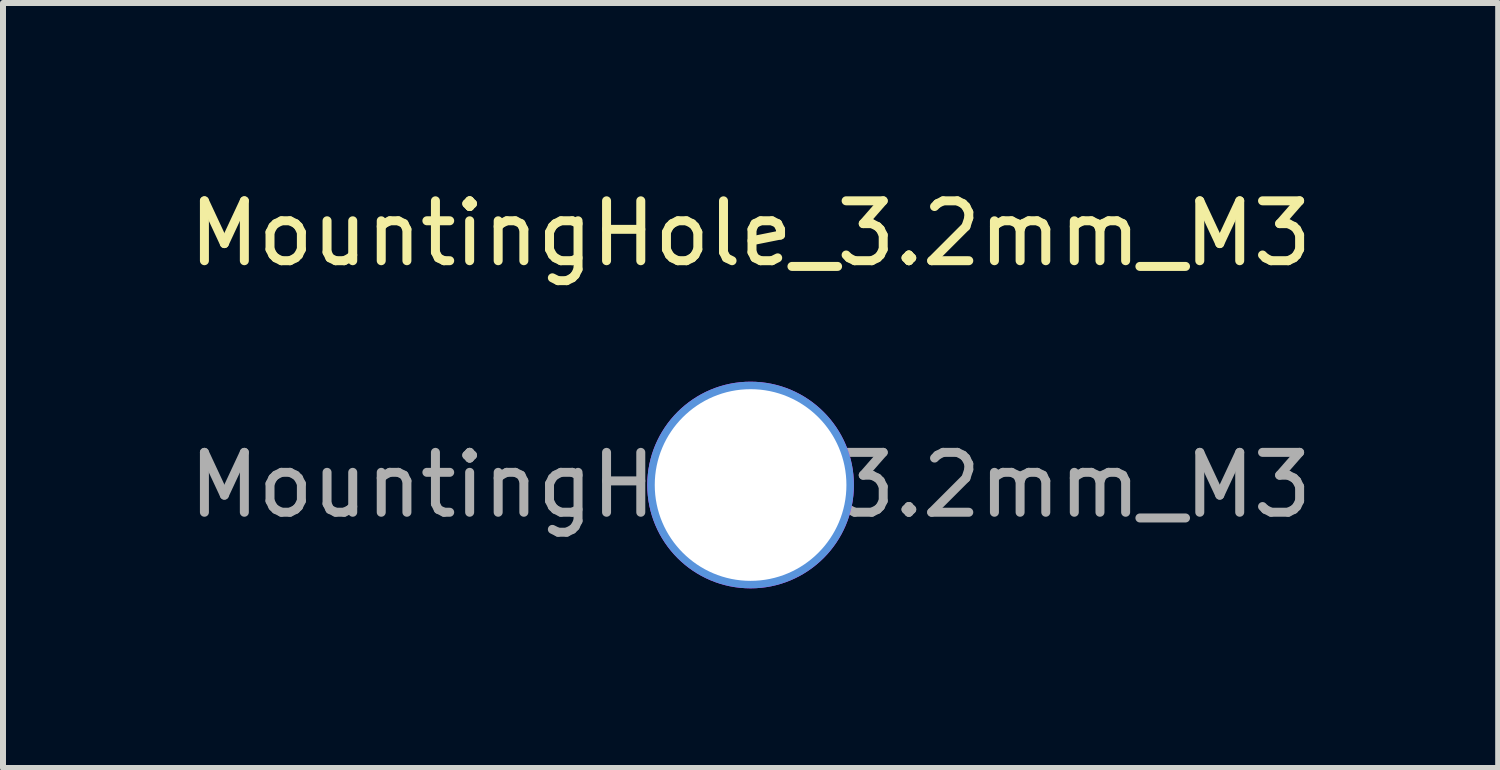
<source format=kicad_pcb>
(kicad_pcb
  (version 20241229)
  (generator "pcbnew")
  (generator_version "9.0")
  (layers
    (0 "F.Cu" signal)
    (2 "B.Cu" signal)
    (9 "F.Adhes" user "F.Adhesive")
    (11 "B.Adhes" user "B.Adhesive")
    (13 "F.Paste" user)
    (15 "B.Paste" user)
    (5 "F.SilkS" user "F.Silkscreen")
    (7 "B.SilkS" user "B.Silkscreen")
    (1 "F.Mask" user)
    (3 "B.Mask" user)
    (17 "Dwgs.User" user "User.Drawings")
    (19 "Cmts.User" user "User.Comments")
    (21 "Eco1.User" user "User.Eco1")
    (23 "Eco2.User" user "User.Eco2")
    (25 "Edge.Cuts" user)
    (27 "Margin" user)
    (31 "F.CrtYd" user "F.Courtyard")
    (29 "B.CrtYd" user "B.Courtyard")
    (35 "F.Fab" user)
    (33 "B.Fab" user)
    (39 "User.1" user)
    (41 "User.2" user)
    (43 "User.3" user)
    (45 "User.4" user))
  (footprint "MountingHole_3.2mm_M3"
    (layer "F.Cu")
    (at 9.482 5.048)
    (property "Reference" "MountingHole_3.2mm_M3" (at 0 -4.2 0) (layer "F.SilkS") (effects (font (size 1 1) (thickness 0.15))))
    (attr exclude_from_pos_files exclude_from_bom)
    (fp_circle (center 0 0) (end 1.65 0) (stroke (width 0.15) (type solid)) (fill no) (layer "Cmts.User"))
    (fp_circle (center 0 0) (end 1.7 0) (stroke (width 0.05) (type solid)) (fill no) (layer "F.CrtYd"))
    (fp_text user "${REFERENCE}" (at 0 0 0) (layer "F.Fab") (effects (font (size 1 1) (thickness 0.15))))
    (pad "" np_thru_hole circle (at 0 0) (size 3.2 3.2) (drill 3.2) (layers "*.Cu" "*.Mask")))
  (gr_rect
    (start -3 -3)
    (end 21.964 9.773)
    (stroke (width 0.1) (type default))
    (fill no)
    (layer "Edge.Cuts")))
</source>
